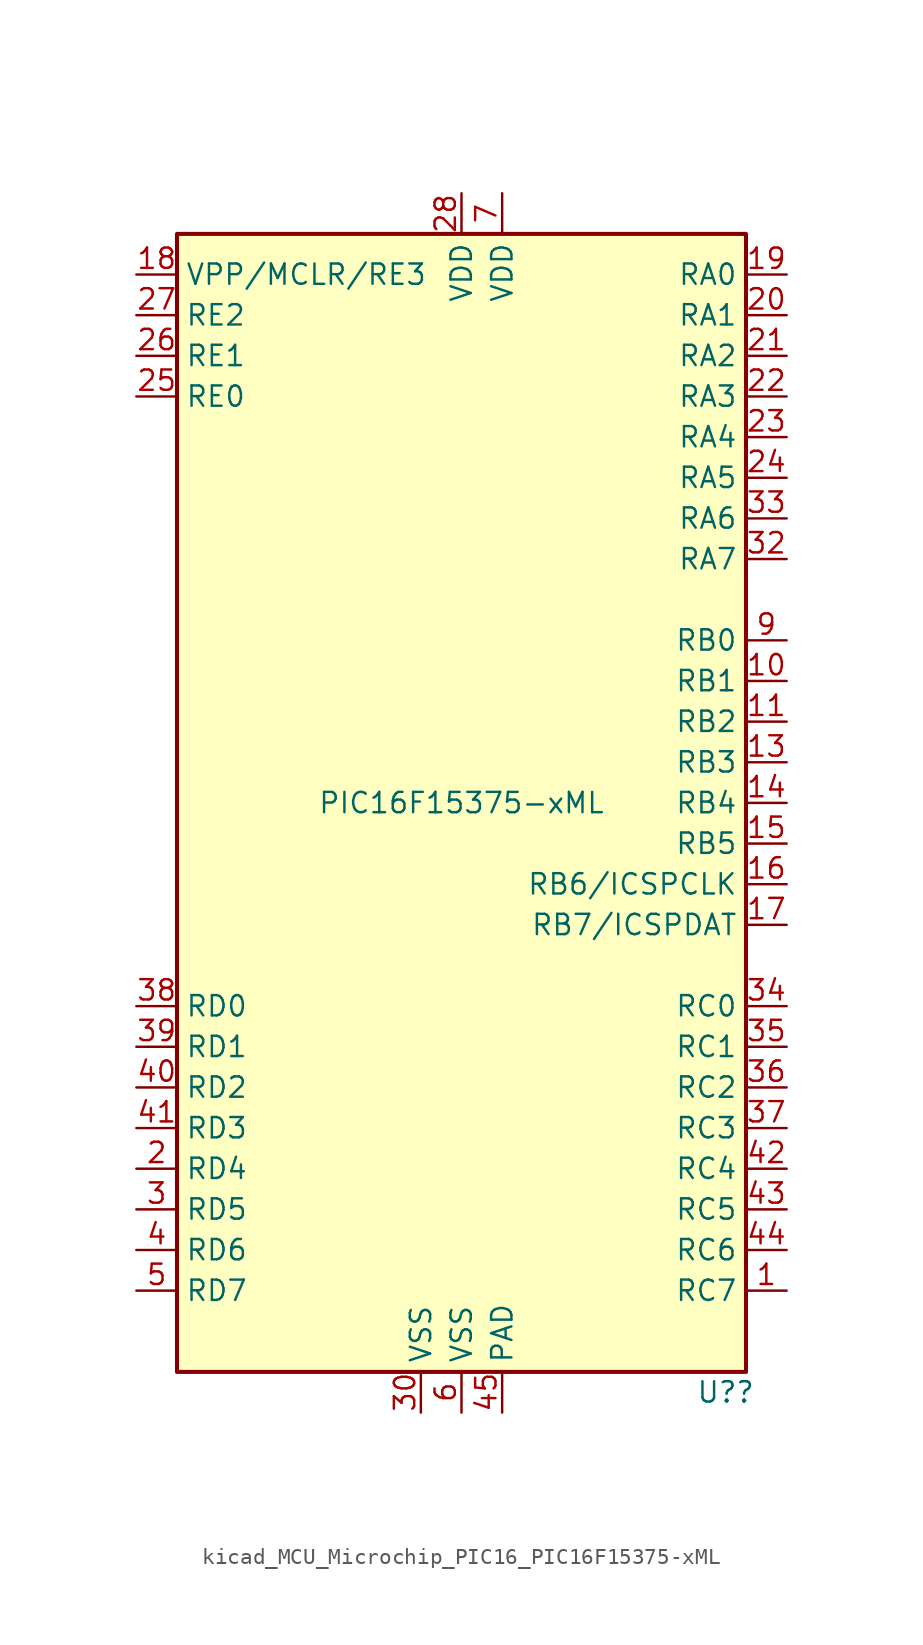
<source format=kicad_sym>
(kicad_symbol_lib
  (version 20220914)
  (generator kicad_symbol_editor)
  (symbol "kicad_MCU_Microchip_PIC16_PIC16F15375-xML"
    (property "Reference" "U?"
      (at 16.51 -36.83 0)
      (effects (font (size 1.27 1.27))))
    (property "Value" "PIC16F15375-xML"
      (at 0 0 0)
      (effects (font (size 1.27 1.27))))
    (symbol "kicad_MCU_Microchip_PIC16_PIC16F15375-xML_0_0"
      (pin no_connect line (at -17.78 0 0) (length 2.54) hide (name "NC" (effects (font (size 1.27 1.27)))) (number "13" (effects (font (size 1.27 1.27)))))
      (pin no_connect line (at -17.78 2.54 0) (length 2.54) hide (name "NC" (effects (font (size 1.27 1.27)))) (number "29" (effects (font (size 1.27 1.27)))))
      (pin no_connect line (at -17.78 7.62 0) (length 2.54) hide (name "NC" (effects (font (size 1.27 1.27)))) (number "31" (effects (font (size 1.27 1.27)))))
      (pin power_in line (at 2.54 -38.1 90) (length 2.54) (name "PAD" (effects (font (size 1.27 1.27)))) (number "45" (effects (font (size 1.27 1.27)))))
      (pin no_connect line (at -17.78 5.08 0) (length 2.54) hide (name "NC" (effects (font (size 1.27 1.27)))) (number "8" (effects (font (size 1.27 1.27))))))
    (symbol "kicad_MCU_Microchip_PIC16_PIC16F15375-xML_0_1"
      (rectangle (start -17.78 35.56) (end 17.78 -35.56) (stroke (width 0.254) (type default)) (fill (type background))))
    (symbol "kicad_MCU_Microchip_PIC16_PIC16F15375-xML_1_1"
      (pin bidirectional line (at 20.32 -30.48 180) (length 2.54) (name "RC7" (effects (font (size 1.27 1.27)))) (number "1" (effects (font (size 1.27 1.27)))))
      (pin bidirectional line (at 20.32 7.62 180) (length 2.54) (name "RB1" (effects (font (size 1.27 1.27)))) (number "10" (effects (font (size 1.27 1.27)))))
      (pin bidirectional line (at 20.32 5.08 180) (length 2.54) (name "RB2" (effects (font (size 1.27 1.27)))) (number "11" (effects (font (size 1.27 1.27)))))
      (pin bidirectional line (at 20.32 2.54 180) (length 2.54) (name "RB3" (effects (font (size 1.27 1.27)))) (number "13" (effects (font (size 1.27 1.27)))))
      (pin bidirectional line (at 20.32 0 180) (length 2.54) (name "RB4" (effects (font (size 1.27 1.27)))) (number "14" (effects (font (size 1.27 1.27)))))
      (pin bidirectional line (at 20.32 -2.54 180) (length 2.54) (name "RB5" (effects (font (size 1.27 1.27)))) (number "15" (effects (font (size 1.27 1.27)))))
      (pin bidirectional line (at 20.32 -5.08 180) (length 2.54) (name "RB6/ICSPCLK" (effects (font (size 1.27 1.27)))) (number "16" (effects (font (size 1.27 1.27)))))
      (pin bidirectional line (at 20.32 -7.62 180) (length 2.54) (name "RB7/ICSPDAT" (effects (font (size 1.27 1.27)))) (number "17" (effects (font (size 1.27 1.27)))))
      (pin bidirectional line (at -20.32 33.02 0) (length 2.54) (name "VPP/MCLR/RE3" (effects (font (size 1.27 1.27)))) (number "18" (effects (font (size 1.27 1.27)))))
      (pin bidirectional line (at 20.32 33.02 180) (length 2.54) (name "RA0" (effects (font (size 1.27 1.27)))) (number "19" (effects (font (size 1.27 1.27)))))
      (pin bidirectional line (at -20.32 -22.86 0) (length 2.54) (name "RD4" (effects (font (size 1.27 1.27)))) (number "2" (effects (font (size 1.27 1.27)))))
      (pin bidirectional line (at 20.32 30.48 180) (length 2.54) (name "RA1" (effects (font (size 1.27 1.27)))) (number "20" (effects (font (size 1.27 1.27)))))
      (pin bidirectional line (at 20.32 27.94 180) (length 2.54) (name "RA2" (effects (font (size 1.27 1.27)))) (number "21" (effects (font (size 1.27 1.27)))))
      (pin bidirectional line (at 20.32 25.4 180) (length 2.54) (name "RA3" (effects (font (size 1.27 1.27)))) (number "22" (effects (font (size 1.27 1.27)))))
      (pin bidirectional line (at 20.32 22.86 180) (length 2.54) (name "RA4" (effects (font (size 1.27 1.27)))) (number "23" (effects (font (size 1.27 1.27)))))
      (pin bidirectional line (at 20.32 20.32 180) (length 2.54) (name "RA5" (effects (font (size 1.27 1.27)))) (number "24" (effects (font (size 1.27 1.27)))))
      (pin bidirectional line (at -20.32 25.4 0) (length 2.54) (name "RE0" (effects (font (size 1.27 1.27)))) (number "25" (effects (font (size 1.27 1.27)))))
      (pin bidirectional line (at -20.32 27.94 0) (length 2.54) (name "RE1" (effects (font (size 1.27 1.27)))) (number "26" (effects (font (size 1.27 1.27)))))
      (pin bidirectional line (at -20.32 30.48 0) (length 2.54) (name "RE2" (effects (font (size 1.27 1.27)))) (number "27" (effects (font (size 1.27 1.27)))))
      (pin power_in line (at 0 38.1 270) (length 2.54) (name "VDD" (effects (font (size 1.27 1.27)))) (number "28" (effects (font (size 1.27 1.27)))))
      (pin bidirectional line (at -20.32 -25.4 0) (length 2.54) (name "RD5" (effects (font (size 1.27 1.27)))) (number "3" (effects (font (size 1.27 1.27)))))
      (pin power_in line (at -2.54 -38.1 90) (length 2.54) (name "VSS" (effects (font (size 1.27 1.27)))) (number "30" (effects (font (size 1.27 1.27)))))
      (pin bidirectional line (at 20.32 15.24 180) (length 2.54) (name "RA7" (effects (font (size 1.27 1.27)))) (number "32" (effects (font (size 1.27 1.27)))))
      (pin bidirectional line (at 20.32 17.78 180) (length 2.54) (name "RA6" (effects (font (size 1.27 1.27)))) (number "33" (effects (font (size 1.27 1.27)))))
      (pin bidirectional line (at 20.32 -12.7 180) (length 2.54) (name "RC0" (effects (font (size 1.27 1.27)))) (number "34" (effects (font (size 1.27 1.27)))))
      (pin bidirectional line (at 20.32 -15.24 180) (length 2.54) (name "RC1" (effects (font (size 1.27 1.27)))) (number "35" (effects (font (size 1.27 1.27)))))
      (pin bidirectional line (at 20.32 -17.78 180) (length 2.54) (name "RC2" (effects (font (size 1.27 1.27)))) (number "36" (effects (font (size 1.27 1.27)))))
      (pin bidirectional line (at 20.32 -20.32 180) (length 2.54) (name "RC3" (effects (font (size 1.27 1.27)))) (number "37" (effects (font (size 1.27 1.27)))))
      (pin bidirectional line (at -20.32 -12.7 0) (length 2.54) (name "RD0" (effects (font (size 1.27 1.27)))) (number "38" (effects (font (size 1.27 1.27)))))
      (pin bidirectional line (at -20.32 -15.24 0) (length 2.54) (name "RD1" (effects (font (size 1.27 1.27)))) (number "39" (effects (font (size 1.27 1.27)))))
      (pin bidirectional line (at -20.32 -27.94 0) (length 2.54) (name "RD6" (effects (font (size 1.27 1.27)))) (number "4" (effects (font (size 1.27 1.27)))))
      (pin bidirectional line (at -20.32 -17.78 0) (length 2.54) (name "RD2" (effects (font (size 1.27 1.27)))) (number "40" (effects (font (size 1.27 1.27)))))
      (pin bidirectional line (at -20.32 -20.32 0) (length 2.54) (name "RD3" (effects (font (size 1.27 1.27)))) (number "41" (effects (font (size 1.27 1.27)))))
      (pin bidirectional line (at 20.32 -22.86 180) (length 2.54) (name "RC4" (effects (font (size 1.27 1.27)))) (number "42" (effects (font (size 1.27 1.27)))))
      (pin bidirectional line (at 20.32 -25.4 180) (length 2.54) (name "RC5" (effects (font (size 1.27 1.27)))) (number "43" (effects (font (size 1.27 1.27)))))
      (pin bidirectional line (at 20.32 -27.94 180) (length 2.54) (name "RC6" (effects (font (size 1.27 1.27)))) (number "44" (effects (font (size 1.27 1.27)))))
      (pin bidirectional line (at -20.32 -30.48 0) (length 2.54) (name "RD7" (effects (font (size 1.27 1.27)))) (number "5" (effects (font (size 1.27 1.27)))))
      (pin power_in line (at 0 -38.1 90) (length 2.54) (name "VSS" (effects (font (size 1.27 1.27)))) (number "6" (effects (font (size 1.27 1.27)))))
      (pin power_in line (at 2.54 38.1 270) (length 2.54) (name "VDD" (effects (font (size 1.27 1.27)))) (number "7" (effects (font (size 1.27 1.27)))))
      (pin bidirectional line (at 20.32 10.16 180) (length 2.54) (name "RB0" (effects (font (size 1.27 1.27)))) (number "9" (effects (font (size 1.27 1.27))))))))
</source>
